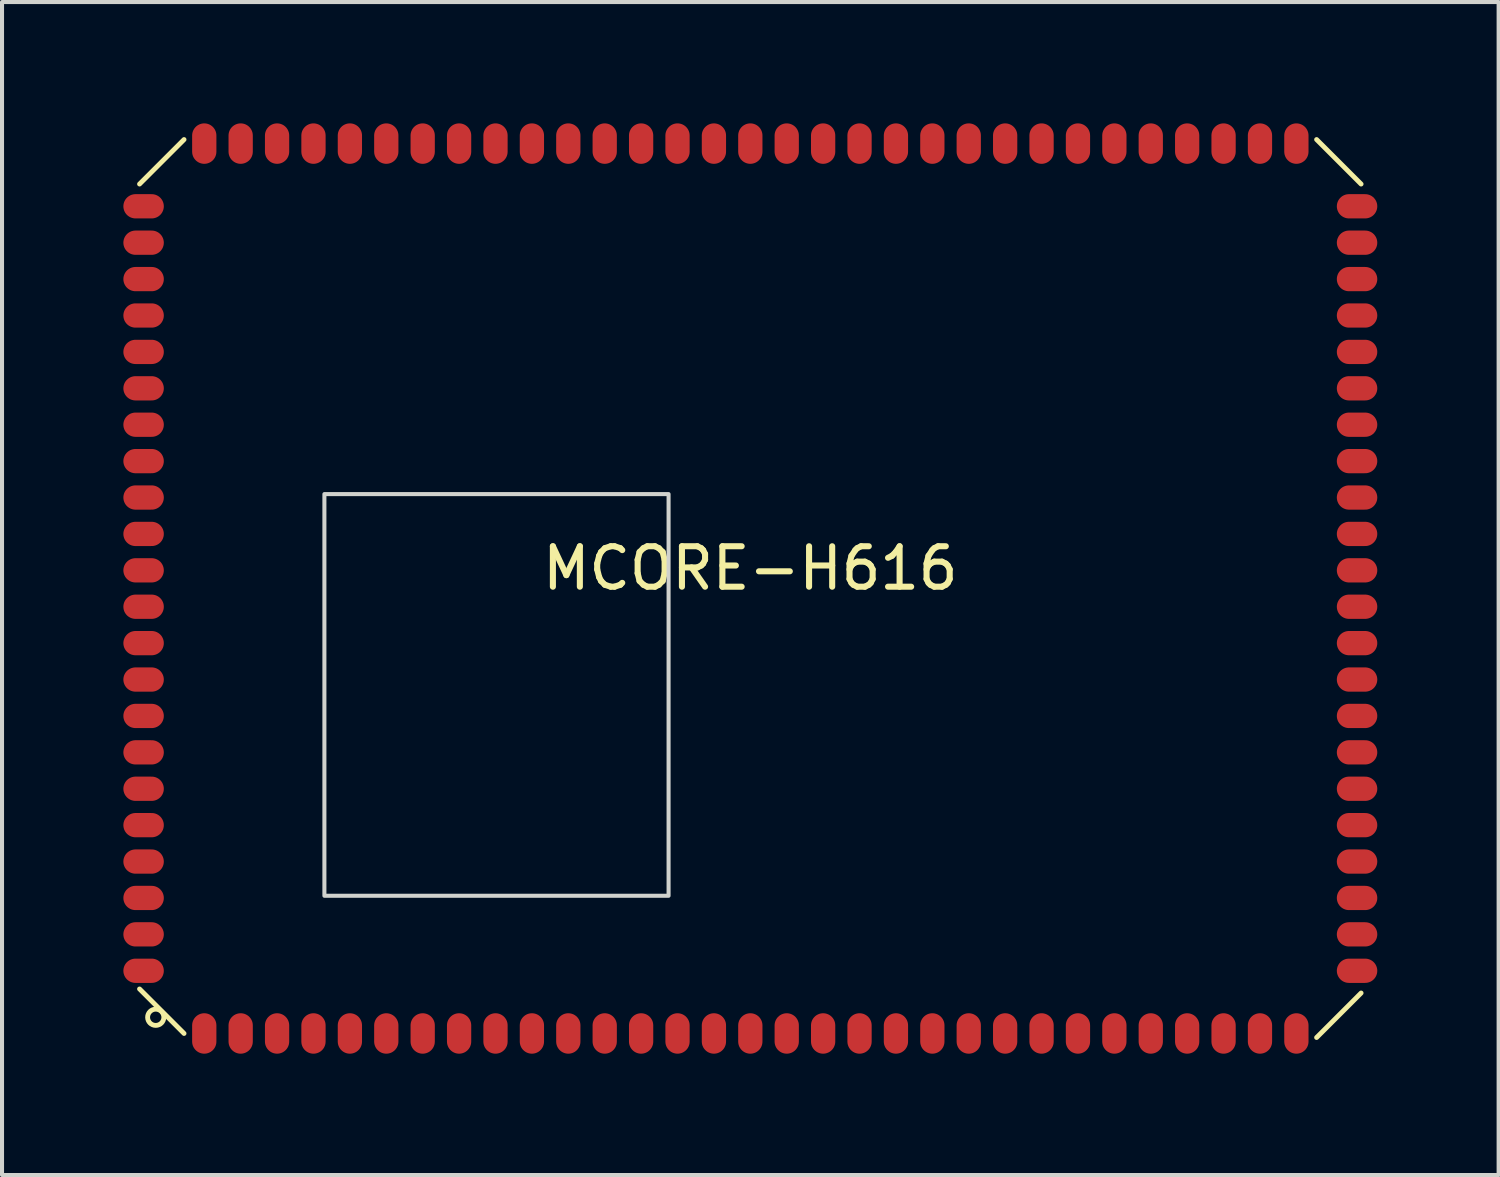
<source format=kicad_pcb>
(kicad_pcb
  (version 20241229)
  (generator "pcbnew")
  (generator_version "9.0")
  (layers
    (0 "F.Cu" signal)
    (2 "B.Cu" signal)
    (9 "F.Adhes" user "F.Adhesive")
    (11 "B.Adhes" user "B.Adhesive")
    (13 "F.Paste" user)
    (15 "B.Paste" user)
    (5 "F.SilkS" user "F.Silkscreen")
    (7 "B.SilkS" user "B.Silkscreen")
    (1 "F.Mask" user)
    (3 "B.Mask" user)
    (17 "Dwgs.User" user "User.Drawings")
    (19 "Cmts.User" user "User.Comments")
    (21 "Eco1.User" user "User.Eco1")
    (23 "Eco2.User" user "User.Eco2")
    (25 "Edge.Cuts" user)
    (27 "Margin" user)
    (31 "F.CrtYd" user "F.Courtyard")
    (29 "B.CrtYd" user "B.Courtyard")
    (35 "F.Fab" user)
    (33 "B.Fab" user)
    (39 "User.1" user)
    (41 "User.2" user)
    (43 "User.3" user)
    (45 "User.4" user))
  (footprint "MCORE-H616"
    (layer "F.Cu")
    (at 15.5 11.5)
    (property "Reference" "MCORE-H616" (at 0 -0.5 0) (unlocked yes) (layer "F.SilkS") (effects (font (size 1 1) (thickness 0.15))))
    (attr smd)
    (fp_line (start -15.1 -10) (end -14 -11.1) (stroke (width 0.12) (type default)) (layer "F.SilkS"))
    (fp_line (start -15.1 9.9) (end -14 11) (stroke (width 0.12) (type default)) (layer "F.SilkS"))
    (fp_line (start 14 -11.1) (end 15.1 -10) (stroke (width 0.12) (type default)) (layer "F.SilkS"))
    (fp_line (start 14 11.1) (end 15.1 10) (stroke (width 0.12) (type default)) (layer "F.SilkS"))
    (fp_circle (center -14.7 10.6) (end -14.5 10.584) (stroke (width 0.12) (type default)) (fill no) (layer "F.SilkS"))
    (fp_rect (start -10.53 -2.335) (end -2.021 7.596) (stroke (width 0.1) (type default)) (fill no) (layer "Edge.Cuts"))
    (pad "1" smd oval (at -13.5 11 90) (size 1 0.6) (layers "F.Cu" "F.Mask" "F.Paste"))
    (pad "2" smd oval (at -12.6 11 90) (size 1 0.6) (layers "F.Cu" "F.Mask" "F.Paste"))
    (pad "3" smd oval (at -11.7 11 90) (size 1 0.6) (layers "F.Cu" "F.Mask" "F.Paste"))
    (pad "4" smd oval (at -10.8 11 90) (size 1 0.6) (layers "F.Cu" "F.Mask" "F.Paste"))
    (pad "5" smd oval (at -9.9 11 90) (size 1 0.6) (layers "F.Cu" "F.Mask" "F.Paste"))
    (pad "6" smd oval (at -9 11 90) (size 1 0.6) (layers "F.Cu" "F.Mask" "F.Paste"))
    (pad "7" smd oval (at -8.1 11 90) (size 1 0.6) (layers "F.Cu" "F.Mask" "F.Paste"))
    (pad "8" smd oval (at -7.2 11 90) (size 1 0.6) (layers "F.Cu" "F.Mask" "F.Paste"))
    (pad "9" smd oval (at -6.3 11 90) (size 1 0.6) (layers "F.Cu" "F.Mask" "F.Paste"))
    (pad "10" smd oval (at -5.4 11 90) (size 1 0.6) (layers "F.Cu" "F.Mask" "F.Paste"))
    (pad "11" smd oval (at -4.5 11 90) (size 1 0.6) (layers "F.Cu" "F.Mask" "F.Paste"))
    (pad "12" smd oval (at -3.6 11 90) (size 1 0.6) (layers "F.Cu" "F.Mask" "F.Paste"))
    (pad "13" smd oval (at -2.7 11 90) (size 1 0.6) (layers "F.Cu" "F.Mask" "F.Paste"))
    (pad "14" smd oval (at -1.8 11 90) (size 1 0.6) (layers "F.Cu" "F.Mask" "F.Paste"))
    (pad "15" smd oval (at -0.9 11 90) (size 1 0.6) (layers "F.Cu" "F.Mask" "F.Paste"))
    (pad "16" smd oval (at 0 11 90) (size 1 0.6) (layers "F.Cu" "F.Mask" "F.Paste"))
    (pad "17" smd oval (at 0.9 11 90) (size 1 0.6) (layers "F.Cu" "F.Mask" "F.Paste"))
    (pad "18" smd oval (at 1.8 11 90) (size 1 0.6) (layers "F.Cu" "F.Mask" "F.Paste"))
    (pad "19" smd oval (at 2.7 11 90) (size 1 0.6) (layers "F.Cu" "F.Mask" "F.Paste"))
    (pad "20" smd oval (at 3.6 11 90) (size 1 0.6) (layers "F.Cu" "F.Mask" "F.Paste"))
    (pad "21" smd oval (at 4.5 11 90) (size 1 0.6) (layers "F.Cu" "F.Mask" "F.Paste"))
    (pad "22" smd oval (at 5.4 11 90) (size 1 0.6) (layers "F.Cu" "F.Mask" "F.Paste"))
    (pad "23" smd oval (at 6.3 11 90) (size 1 0.6) (layers "F.Cu" "F.Mask" "F.Paste"))
    (pad "24" smd oval (at 7.2 11 90) (size 1 0.6) (layers "F.Cu" "F.Mask" "F.Paste"))
    (pad "25" smd oval (at 8.1 11 90) (size 1 0.6) (layers "F.Cu" "F.Mask" "F.Paste"))
    (pad "26" smd oval (at 9 11 90) (size 1 0.6) (layers "F.Cu" "F.Mask" "F.Paste"))
    (pad "27" smd oval (at 9.9 11 90) (size 1 0.6) (layers "F.Cu" "F.Mask" "F.Paste"))
    (pad "28" smd oval (at 10.8 11 90) (size 1 0.6) (layers "F.Cu" "F.Mask" "F.Paste"))
    (pad "29" smd oval (at 11.7 11 90) (size 1 0.6) (layers "F.Cu" "F.Mask" "F.Paste"))
    (pad "30" smd oval (at 12.6 11 90) (size 1 0.6) (layers "F.Cu" "F.Mask" "F.Paste"))
    (pad "31" smd oval (at 13.5 11 90) (size 1 0.6) (layers "F.Cu" "F.Mask" "F.Paste"))
    (pad "32" smd oval (at 15 9.45) (size 1 0.6) (layers "F.Cu" "F.Mask" "F.Paste"))
    (pad "33" smd oval (at 15 8.55) (size 1 0.6) (layers "F.Cu" "F.Mask" "F.Paste"))
    (pad "34" smd oval (at 15 7.65) (size 1 0.6) (layers "F.Cu" "F.Mask" "F.Paste"))
    (pad "35" smd oval (at 15 6.75) (size 1 0.6) (layers "F.Cu" "F.Mask" "F.Paste"))
    (pad "36" smd oval (at 15 5.85) (size 1 0.6) (layers "F.Cu" "F.Mask" "F.Paste"))
    (pad "37" smd oval (at 15 4.95) (size 1 0.6) (layers "F.Cu" "F.Mask" "F.Paste"))
    (pad "38" smd oval (at 15 4.05) (size 1 0.6) (layers "F.Cu" "F.Mask" "F.Paste"))
    (pad "39" smd oval (at 15 3.15) (size 1 0.6) (layers "F.Cu" "F.Mask" "F.Paste"))
    (pad "40" smd oval (at 15 2.25) (size 1 0.6) (layers "F.Cu" "F.Mask" "F.Paste"))
    (pad "41" smd oval (at 15 1.35) (size 1 0.6) (layers "F.Cu" "F.Mask" "F.Paste"))
    (pad "42" smd oval (at 15 0.45) (size 1 0.6) (layers "F.Cu" "F.Mask" "F.Paste"))
    (pad "43" smd oval (at 15 -0.45) (size 1 0.6) (layers "F.Cu" "F.Mask" "F.Paste"))
    (pad "44" smd oval (at 15 -1.35) (size 1 0.6) (layers "F.Cu" "F.Mask" "F.Paste"))
    (pad "45" smd oval (at 15 -2.25) (size 1 0.6) (layers "F.Cu" "F.Mask" "F.Paste"))
    (pad "46" smd oval (at 15 -3.15) (size 1 0.6) (layers "F.Cu" "F.Mask" "F.Paste"))
    (pad "47" smd oval (at 15 -4.05) (size 1 0.6) (layers "F.Cu" "F.Mask" "F.Paste"))
    (pad "48" smd oval (at 15 -4.95) (size 1 0.6) (layers "F.Cu" "F.Mask" "F.Paste"))
    (pad "49" smd oval (at 15 -5.85) (size 1 0.6) (layers "F.Cu" "F.Mask" "F.Paste"))
    (pad "50" smd oval (at 15 -6.75) (size 1 0.6) (layers "F.Cu" "F.Mask" "F.Paste"))
    (pad "51" smd oval (at 15 -7.65) (size 1 0.6) (layers "F.Cu" "F.Mask" "F.Paste"))
    (pad "52" smd oval (at 15 -8.55) (size 1 0.6) (layers "F.Cu" "F.Mask" "F.Paste"))
    (pad "53" smd oval (at 15 -9.45) (size 1 0.6) (layers "F.Cu" "F.Mask" "F.Paste"))
    (pad "54" smd oval (at 13.5 -11 90) (size 1 0.6) (layers "F.Cu" "F.Mask" "F.Paste"))
    (pad "55" smd oval (at 12.6 -11 90) (size 1 0.6) (layers "F.Cu" "F.Mask" "F.Paste"))
    (pad "56" smd oval (at 11.7 -11 90) (size 1 0.6) (layers "F.Cu" "F.Mask" "F.Paste"))
    (pad "57" smd oval (at 10.8 -11 90) (size 1 0.6) (layers "F.Cu" "F.Mask" "F.Paste"))
    (pad "58" smd oval (at 9.9 -11 90) (size 1 0.6) (layers "F.Cu" "F.Mask" "F.Paste"))
    (pad "59" smd oval (at 9 -11 90) (size 1 0.6) (layers "F.Cu" "F.Mask" "F.Paste"))
    (pad "60" smd oval (at 8.1 -11 90) (size 1 0.6) (layers "F.Cu" "F.Mask" "F.Paste"))
    (pad "61" smd oval (at 7.2 -11 90) (size 1 0.6) (layers "F.Cu" "F.Mask" "F.Paste"))
    (pad "62" smd oval (at 6.3 -11 90) (size 1 0.6) (layers "F.Cu" "F.Mask" "F.Paste"))
    (pad "63" smd oval (at 5.4 -11 90) (size 1 0.6) (layers "F.Cu" "F.Mask" "F.Paste"))
    (pad "64" smd oval (at 4.5 -11 90) (size 1 0.6) (layers "F.Cu" "F.Mask" "F.Paste"))
    (pad "65" smd oval (at 3.6 -11 90) (size 1 0.6) (layers "F.Cu" "F.Mask" "F.Paste"))
    (pad "66" smd oval (at 2.7 -11 90) (size 1 0.6) (layers "F.Cu" "F.Mask" "F.Paste"))
    (pad "67" smd oval (at 1.8 -11 90) (size 1 0.6) (layers "F.Cu" "F.Mask" "F.Paste"))
    (pad "68" smd oval (at 0.9 -11 90) (size 1 0.6) (layers "F.Cu" "F.Mask" "F.Paste"))
    (pad "69" smd oval (at 0 -11 90) (size 1 0.6) (layers "F.Cu" "F.Mask" "F.Paste"))
    (pad "70" smd oval (at -0.9 -11 90) (size 1 0.6) (layers "F.Cu" "F.Mask" "F.Paste"))
    (pad "71" smd oval (at -1.8 -11 90) (size 1 0.6) (layers "F.Cu" "F.Mask" "F.Paste"))
    (pad "72" smd oval (at -2.7 -11 90) (size 1 0.6) (layers "F.Cu" "F.Mask" "F.Paste"))
    (pad "73" smd oval (at -3.6 -11 90) (size 1 0.6) (layers "F.Cu" "F.Mask" "F.Paste"))
    (pad "74" smd oval (at -4.5 -11 90) (size 1 0.6) (layers "F.Cu" "F.Mask" "F.Paste"))
    (pad "75" smd oval (at -5.4 -11 90) (size 1 0.6) (layers "F.Cu" "F.Mask" "F.Paste"))
    (pad "76" smd oval (at -6.3 -11 90) (size 1 0.6) (layers "F.Cu" "F.Mask" "F.Paste"))
    (pad "77" smd oval (at -7.2 -11 90) (size 1 0.6) (layers "F.Cu" "F.Mask" "F.Paste"))
    (pad "78" smd oval (at -8.1 -11 90) (size 1 0.6) (layers "F.Cu" "F.Mask" "F.Paste"))
    (pad "79" smd oval (at -9 -11 90) (size 1 0.6) (layers "F.Cu" "F.Mask" "F.Paste"))
    (pad "80" smd oval (at -9.9 -11 90) (size 1 0.6) (layers "F.Cu" "F.Mask" "F.Paste"))
    (pad "81" smd oval (at -10.8 -11 90) (size 1 0.6) (layers "F.Cu" "F.Mask" "F.Paste"))
    (pad "82" smd oval (at -11.7 -11 90) (size 1 0.6) (layers "F.Cu" "F.Mask" "F.Paste"))
    (pad "83" smd oval (at -12.6 -11 90) (size 1 0.6) (layers "F.Cu" "F.Mask" "F.Paste"))
    (pad "84" smd oval (at -13.5 -11 90) (size 1 0.6) (layers "F.Cu" "F.Mask" "F.Paste"))
    (pad "85" smd oval (at -15 -9.45) (size 1 0.6) (layers "F.Cu" "F.Mask" "F.Paste"))
    (pad "86" smd oval (at -15 -8.55) (size 1 0.6) (layers "F.Cu" "F.Mask" "F.Paste"))
    (pad "87" smd oval (at -15 -7.65) (size 1 0.6) (layers "F.Cu" "F.Mask" "F.Paste"))
    (pad "88" smd oval (at -15 -6.75) (size 1 0.6) (layers "F.Cu" "F.Mask" "F.Paste"))
    (pad "89" smd oval (at -15 -5.85) (size 1 0.6) (layers "F.Cu" "F.Mask" "F.Paste"))
    (pad "90" smd oval (at -15 -4.95) (size 1 0.6) (layers "F.Cu" "F.Mask" "F.Paste"))
    (pad "91" smd oval (at -15 -4.05) (size 1 0.6) (layers "F.Cu" "F.Mask" "F.Paste"))
    (pad "92" smd oval (at -15 -3.15) (size 1 0.6) (layers "F.Cu" "F.Mask" "F.Paste"))
    (pad "93" smd oval (at -15 -2.25) (size 1 0.6) (layers "F.Cu" "F.Mask" "F.Paste"))
    (pad "94" smd oval (at -15 -1.35) (size 1 0.6) (layers "F.Cu" "F.Mask" "F.Paste"))
    (pad "95" smd oval (at -15 -0.45) (size 1 0.6) (layers "F.Cu" "F.Mask" "F.Paste"))
    (pad "96" smd oval (at -15 0.45) (size 1 0.6) (layers "F.Cu" "F.Mask" "F.Paste"))
    (pad "97" smd oval (at -15 1.35) (size 1 0.6) (layers "F.Cu" "F.Mask" "F.Paste"))
    (pad "98" smd oval (at -15 2.25) (size 1 0.6) (layers "F.Cu" "F.Mask" "F.Paste"))
    (pad "99" smd oval (at -15 3.15) (size 1 0.6) (layers "F.Cu" "F.Mask" "F.Paste"))
    (pad "100" smd oval (at -15 4.05) (size 1 0.6) (layers "F.Cu" "F.Mask" "F.Paste"))
    (pad "101" smd oval (at -15 4.95) (size 1 0.6) (layers "F.Cu" "F.Mask" "F.Paste"))
    (pad "102" smd oval (at -15 5.85) (size 1 0.6) (layers "F.Cu" "F.Mask" "F.Paste"))
    (pad "103" smd oval (at -15 6.75) (size 1 0.6) (layers "F.Cu" "F.Mask" "F.Paste"))
    (pad "104" smd oval (at -15 7.65) (size 1 0.6) (layers "F.Cu" "F.Mask" "F.Paste"))
    (pad "105" smd oval (at -15 8.55) (size 1 0.6) (layers "F.Cu" "F.Mask" "F.Paste"))
    (pad "106" smd oval (at -15 9.45) (size 1 0.6) (layers "F.Cu" "F.Mask" "F.Paste"))
    (zone (net_name "") (layers "F.Cu" "B.Cu") (hatch edge 0.5) (connect_pads) (min_thickness 0.25) (filled_areas_thickness no) (keepout (tracks not_allowed) (vias not_allowed) (pads not_allowed) (copperpour not_allowed) (footprints not_allowed)) (placement (enabled no)) (fill) (polygon (pts (xy 4.95 9.15) (xy 13.5 9.15) (xy 13.5 19.1) (xy 4.95 19.1)))))
  (gr_rect
    (start -3 -3)
    (end 34 26)
    (stroke (width 0.1) (type default))
    (fill no)
    (layer "Edge.Cuts")))
</source>
